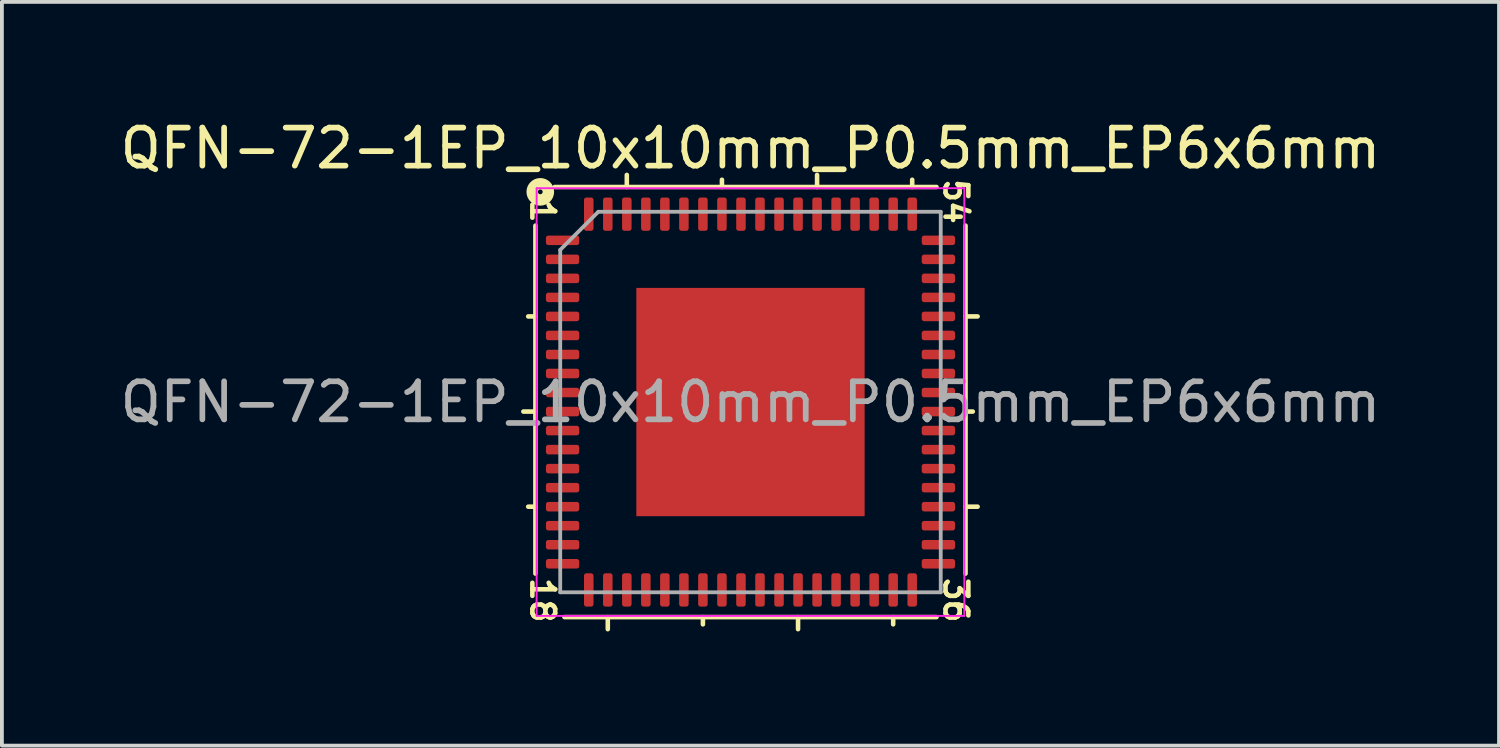
<source format=kicad_pcb>
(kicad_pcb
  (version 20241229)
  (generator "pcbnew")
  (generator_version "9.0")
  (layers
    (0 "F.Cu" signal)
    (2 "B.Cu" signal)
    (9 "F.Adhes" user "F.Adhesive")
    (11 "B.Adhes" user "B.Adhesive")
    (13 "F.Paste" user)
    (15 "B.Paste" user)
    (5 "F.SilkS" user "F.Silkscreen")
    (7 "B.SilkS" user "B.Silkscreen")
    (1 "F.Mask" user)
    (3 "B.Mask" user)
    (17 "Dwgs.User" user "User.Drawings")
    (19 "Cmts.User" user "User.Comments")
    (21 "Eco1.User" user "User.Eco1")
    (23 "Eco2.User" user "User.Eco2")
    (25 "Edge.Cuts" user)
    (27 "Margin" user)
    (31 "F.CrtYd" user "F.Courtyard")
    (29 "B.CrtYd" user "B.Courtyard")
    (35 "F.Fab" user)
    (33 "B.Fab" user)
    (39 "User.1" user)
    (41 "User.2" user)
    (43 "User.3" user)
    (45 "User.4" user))
  (footprint "QFN-72-1EP_10x10mm_P0.5mm_EP6x6mm"
    (layer "F.Cu")
    (at 16.673 7.516)
    (property "Reference" "QFN-72-1EP_10x10mm_P0.5mm_EP6x6mm" (at 0 -6.668 0) (layer "F.SilkS") (effects (font (size 1 1) (thickness 0.15))))
    (attr smd)
    (fp_line (start -5.652 -4.636) (end -5.652 4.508) (stroke (width 0.12) (type solid)) (layer "F.SilkS"))
    (fp_line (start -5.652 -2.25) (end -5.842 -2.25) (stroke (width 0.12) (type solid)) (layer "F.SilkS"))
    (fp_line (start -5.652 0.25) (end -5.969 0.25) (stroke (width 0.12) (type solid)) (layer "F.SilkS"))
    (fp_line (start -5.652 2.75) (end -5.842 2.75) (stroke (width 0.12) (type solid)) (layer "F.SilkS"))
    (fp_line (start -4.889 5.652) (end 4.889 5.652) (stroke (width 0.12) (type solid)) (layer "F.SilkS"))
    (fp_line (start -3.75 5.652) (end -3.75 5.969) (stroke (width 0.12) (type solid)) (layer "F.SilkS"))
    (fp_line (start -3.25 -5.652) (end -3.25 -5.969) (stroke (width 0.12) (type solid)) (layer "F.SilkS"))
    (fp_line (start -1.25 5.652) (end -1.25 5.842) (stroke (width 0.12) (type solid)) (layer "F.SilkS"))
    (fp_line (start -0.75 -5.652) (end -0.75 -5.842) (stroke (width 0.12) (type solid)) (layer "F.SilkS"))
    (fp_line (start 1.25 5.652) (end 1.25 5.969) (stroke (width 0.12) (type solid)) (layer "F.SilkS"))
    (fp_line (start 1.75 -5.652) (end 1.75 -5.969) (stroke (width 0.12) (type solid)) (layer "F.SilkS"))
    (fp_line (start 3.75 5.652) (end 3.75 5.842) (stroke (width 0.12) (type solid)) (layer "F.SilkS"))
    (fp_line (start 4.25 -5.652) (end 4.25 -5.842) (stroke (width 0.12) (type solid)) (layer "F.SilkS"))
    (fp_line (start 4.889 -5.652) (end -5.144 -5.652) (stroke (width 0.12) (type solid)) (layer "F.SilkS"))
    (fp_line (start 5.652 -2.25) (end 5.969 -2.25) (stroke (width 0.12) (type solid)) (layer "F.SilkS"))
    (fp_line (start 5.652 0.25) (end 5.842 0.25) (stroke (width 0.12) (type solid)) (layer "F.SilkS"))
    (fp_line (start 5.652 2.75) (end 5.969 2.75) (stroke (width 0.12) (type solid)) (layer "F.SilkS"))
    (fp_line (start 5.652 4.508) (end 5.652 -4.636) (stroke (width 0.12) (type solid)) (layer "F.SilkS"))
    (fp_circle (center -5.524 -5.524) (end -5.461 -5.524) (stroke (width 0.3) (type solid)) (fill no) (layer "F.SilkS"))
    (fp_line (start -5.62 -5.62) (end -5.62 5.62) (stroke (width 0.05) (type solid)) (layer "F.CrtYd"))
    (fp_line (start -5.62 5.62) (end 5.62 5.62) (stroke (width 0.05) (type solid)) (layer "F.CrtYd"))
    (fp_line (start 5.62 -5.62) (end -5.62 -5.62) (stroke (width 0.05) (type solid)) (layer "F.CrtYd"))
    (fp_line (start 5.62 5.62) (end 5.62 -5.62) (stroke (width 0.05) (type solid)) (layer "F.CrtYd"))
    (fp_line (start -5 -4) (end -4 -5) (stroke (width 0.1) (type solid)) (layer "F.Fab"))
    (fp_line (start -5 5) (end -5 -4) (stroke (width 0.1) (type solid)) (layer "F.Fab"))
    (fp_line (start -4 -5) (end 5 -5) (stroke (width 0.1) (type solid)) (layer "F.Fab"))
    (fp_line (start 5 -5) (end 5 5) (stroke (width 0.1) (type solid)) (layer "F.Fab"))
    (fp_line (start 5 5) (end -5 5) (stroke (width 0.1) (type solid)) (layer "F.Fab"))
    (fp_text user "36" (at 5.397 5.207 270) (unlocked yes) (layer "F.SilkS") (effects (font (size 0.6 0.6) (thickness 0.12))))
    (fp_text user "54" (at 5.397 -5.271 270) (unlocked yes) (layer "F.SilkS") (effects (font (size 0.6 0.6) (thickness 0.12))))
    (fp_text user "1" (at -5.461 -5.016 270) (unlocked yes) (layer "F.SilkS") (effects (font (size 0.6 0.6) (thickness 0.12))))
    (fp_text user "18" (at -5.461 5.207 270) (unlocked yes) (layer "F.SilkS") (effects (font (size 0.6 0.6) (thickness 0.12))))
    (fp_text user "${REFERENCE}" (at 0 0 0) (layer "F.Fab") (effects (font (size 1 1) (thickness 0.15))))
    (pad "" smd roundrect (at -2 -2) (size 1.61 1.61) (layers "F.Paste") (roundrect_rratio 0.155))
    (pad "" smd roundrect (at -2 0) (size 1.61 1.61) (layers "F.Paste") (roundrect_rratio 0.155))
    (pad "" smd roundrect (at -2 2) (size 1.61 1.61) (layers "F.Paste") (roundrect_rratio 0.155))
    (pad "" smd roundrect (at 0 -2) (size 1.61 1.61) (layers "F.Paste") (roundrect_rratio 0.155))
    (pad "" smd roundrect (at 0 0) (size 1.61 1.61) (layers "F.Paste") (roundrect_rratio 0.155))
    (pad "" smd roundrect (at 0 2) (size 1.61 1.61) (layers "F.Paste") (roundrect_rratio 0.155))
    (pad "" smd roundrect (at 2 -2) (size 1.61 1.61) (layers "F.Paste") (roundrect_rratio 0.155))
    (pad "" smd roundrect (at 2 0) (size 1.61 1.61) (layers "F.Paste") (roundrect_rratio 0.155))
    (pad "" smd roundrect (at 2 2) (size 1.61 1.61) (layers "F.Paste") (roundrect_rratio 0.155))
    (pad "1" smd roundrect (at -4.938 -4.25) (size 0.875 0.25) (layers "F.Cu" "F.Mask" "F.Paste") (roundrect_rratio 0.25))
    (pad "2" smd roundrect (at -4.938 -3.75) (size 0.875 0.25) (layers "F.Cu" "F.Mask" "F.Paste") (roundrect_rratio 0.25))
    (pad "3" smd roundrect (at -4.938 -3.25) (size 0.875 0.25) (layers "F.Cu" "F.Mask" "F.Paste") (roundrect_rratio 0.25))
    (pad "4" smd roundrect (at -4.938 -2.75) (size 0.875 0.25) (layers "F.Cu" "F.Mask" "F.Paste") (roundrect_rratio 0.25))
    (pad "5" smd roundrect (at -4.938 -2.25) (size 0.875 0.25) (layers "F.Cu" "F.Mask" "F.Paste") (roundrect_rratio 0.25))
    (pad "6" smd roundrect (at -4.938 -1.75) (size 0.875 0.25) (layers "F.Cu" "F.Mask" "F.Paste") (roundrect_rratio 0.25))
    (pad "7" smd roundrect (at -4.938 -1.25) (size 0.875 0.25) (layers "F.Cu" "F.Mask" "F.Paste") (roundrect_rratio 0.25))
    (pad "8" smd roundrect (at -4.938 -0.75) (size 0.875 0.25) (layers "F.Cu" "F.Mask" "F.Paste") (roundrect_rratio 0.25))
    (pad "9" smd roundrect (at -4.938 -0.25) (size 0.875 0.25) (layers "F.Cu" "F.Mask" "F.Paste") (roundrect_rratio 0.25))
    (pad "10" smd roundrect (at -4.938 0.25) (size 0.875 0.25) (layers "F.Cu" "F.Mask" "F.Paste") (roundrect_rratio 0.25))
    (pad "11" smd roundrect (at -4.938 0.75) (size 0.875 0.25) (layers "F.Cu" "F.Mask" "F.Paste") (roundrect_rratio 0.25))
    (pad "12" smd roundrect (at -4.938 1.25) (size 0.875 0.25) (layers "F.Cu" "F.Mask" "F.Paste") (roundrect_rratio 0.25))
    (pad "13" smd roundrect (at -4.938 1.75) (size 0.875 0.25) (layers "F.Cu" "F.Mask" "F.Paste") (roundrect_rratio 0.25))
    (pad "14" smd roundrect (at -4.938 2.25) (size 0.875 0.25) (layers "F.Cu" "F.Mask" "F.Paste") (roundrect_rratio 0.25))
    (pad "15" smd roundrect (at -4.938 2.75) (size 0.875 0.25) (layers "F.Cu" "F.Mask" "F.Paste") (roundrect_rratio 0.25))
    (pad "16" smd roundrect (at -4.938 3.25) (size 0.875 0.25) (layers "F.Cu" "F.Mask" "F.Paste") (roundrect_rratio 0.25))
    (pad "17" smd roundrect (at -4.938 3.75) (size 0.875 0.25) (layers "F.Cu" "F.Mask" "F.Paste") (roundrect_rratio 0.25))
    (pad "18" smd roundrect (at -4.938 4.25) (size 0.875 0.25) (layers "F.Cu" "F.Mask" "F.Paste") (roundrect_rratio 0.25))
    (pad "19" smd roundrect (at -4.25 4.938) (size 0.25 0.875) (layers "F.Cu" "F.Mask" "F.Paste") (roundrect_rratio 0.25))
    (pad "20" smd roundrect (at -3.75 4.938) (size 0.25 0.875) (layers "F.Cu" "F.Mask" "F.Paste") (roundrect_rratio 0.25))
    (pad "21" smd roundrect (at -3.25 4.938) (size 0.25 0.875) (layers "F.Cu" "F.Mask" "F.Paste") (roundrect_rratio 0.25))
    (pad "22" smd roundrect (at -2.75 4.938) (size 0.25 0.875) (layers "F.Cu" "F.Mask" "F.Paste") (roundrect_rratio 0.25))
    (pad "23" smd roundrect (at -2.25 4.938) (size 0.25 0.875) (layers "F.Cu" "F.Mask" "F.Paste") (roundrect_rratio 0.25))
    (pad "24" smd roundrect (at -1.75 4.938) (size 0.25 0.875) (layers "F.Cu" "F.Mask" "F.Paste") (roundrect_rratio 0.25))
    (pad "25" smd roundrect (at -1.25 4.938) (size 0.25 0.875) (layers "F.Cu" "F.Mask" "F.Paste") (roundrect_rratio 0.25))
    (pad "26" smd roundrect (at -0.75 4.938) (size 0.25 0.875) (layers "F.Cu" "F.Mask" "F.Paste") (roundrect_rratio 0.25))
    (pad "27" smd roundrect (at -0.25 4.938) (size 0.25 0.875) (layers "F.Cu" "F.Mask" "F.Paste") (roundrect_rratio 0.25))
    (pad "28" smd roundrect (at 0.25 4.938) (size 0.25 0.875) (layers "F.Cu" "F.Mask" "F.Paste") (roundrect_rratio 0.25))
    (pad "29" smd roundrect (at 0.75 4.938) (size 0.25 0.875) (layers "F.Cu" "F.Mask" "F.Paste") (roundrect_rratio 0.25))
    (pad "30" smd roundrect (at 1.25 4.938) (size 0.25 0.875) (layers "F.Cu" "F.Mask" "F.Paste") (roundrect_rratio 0.25))
    (pad "31" smd roundrect (at 1.75 4.938) (size 0.25 0.875) (layers "F.Cu" "F.Mask" "F.Paste") (roundrect_rratio 0.25))
    (pad "32" smd roundrect (at 2.25 4.938) (size 0.25 0.875) (layers "F.Cu" "F.Mask" "F.Paste") (roundrect_rratio 0.25))
    (pad "33" smd roundrect (at 2.75 4.938) (size 0.25 0.875) (layers "F.Cu" "F.Mask" "F.Paste") (roundrect_rratio 0.25))
    (pad "34" smd roundrect (at 3.25 4.938) (size 0.25 0.875) (layers "F.Cu" "F.Mask" "F.Paste") (roundrect_rratio 0.25))
    (pad "35" smd roundrect (at 3.75 4.938) (size 0.25 0.875) (layers "F.Cu" "F.Mask" "F.Paste") (roundrect_rratio 0.25))
    (pad "36" smd roundrect (at 4.25 4.938) (size 0.25 0.875) (layers "F.Cu" "F.Mask" "F.Paste") (roundrect_rratio 0.25))
    (pad "37" smd roundrect (at 4.938 4.25) (size 0.875 0.25) (layers "F.Cu" "F.Mask" "F.Paste") (roundrect_rratio 0.25))
    (pad "38" smd roundrect (at 4.938 3.75) (size 0.875 0.25) (layers "F.Cu" "F.Mask" "F.Paste") (roundrect_rratio 0.25))
    (pad "39" smd roundrect (at 4.938 3.25) (size 0.875 0.25) (layers "F.Cu" "F.Mask" "F.Paste") (roundrect_rratio 0.25))
    (pad "40" smd roundrect (at 4.938 2.75) (size 0.875 0.25) (layers "F.Cu" "F.Mask" "F.Paste") (roundrect_rratio 0.25))
    (pad "41" smd roundrect (at 4.938 2.25) (size 0.875 0.25) (layers "F.Cu" "F.Mask" "F.Paste") (roundrect_rratio 0.25))
    (pad "42" smd roundrect (at 4.938 1.75) (size 0.875 0.25) (layers "F.Cu" "F.Mask" "F.Paste") (roundrect_rratio 0.25))
    (pad "43" smd roundrect (at 4.938 1.25) (size 0.875 0.25) (layers "F.Cu" "F.Mask" "F.Paste") (roundrect_rratio 0.25))
    (pad "44" smd roundrect (at 4.938 0.75) (size 0.875 0.25) (layers "F.Cu" "F.Mask" "F.Paste") (roundrect_rratio 0.25))
    (pad "45" smd roundrect (at 4.938 0.25) (size 0.875 0.25) (layers "F.Cu" "F.Mask" "F.Paste") (roundrect_rratio 0.25))
    (pad "46" smd roundrect (at 4.938 -0.25) (size 0.875 0.25) (layers "F.Cu" "F.Mask" "F.Paste") (roundrect_rratio 0.25))
    (pad "47" smd roundrect (at 4.938 -0.75) (size 0.875 0.25) (layers "F.Cu" "F.Mask" "F.Paste") (roundrect_rratio 0.25))
    (pad "48" smd roundrect (at 4.938 -1.25) (size 0.875 0.25) (layers "F.Cu" "F.Mask" "F.Paste") (roundrect_rratio 0.25))
    (pad "49" smd roundrect (at 4.938 -1.75) (size 0.875 0.25) (layers "F.Cu" "F.Mask" "F.Paste") (roundrect_rratio 0.25))
    (pad "50" smd roundrect (at 4.938 -2.25) (size 0.875 0.25) (layers "F.Cu" "F.Mask" "F.Paste") (roundrect_rratio 0.25))
    (pad "51" smd roundrect (at 4.938 -2.75) (size 0.875 0.25) (layers "F.Cu" "F.Mask" "F.Paste") (roundrect_rratio 0.25))
    (pad "52" smd roundrect (at 4.938 -3.25) (size 0.875 0.25) (layers "F.Cu" "F.Mask" "F.Paste") (roundrect_rratio 0.25))
    (pad "53" smd roundrect (at 4.938 -3.75) (size 0.875 0.25) (layers "F.Cu" "F.Mask" "F.Paste") (roundrect_rratio 0.25))
    (pad "54" smd roundrect (at 4.938 -4.25) (size 0.875 0.25) (layers "F.Cu" "F.Mask" "F.Paste") (roundrect_rratio 0.25))
    (pad "55" smd roundrect (at 4.25 -4.938) (size 0.25 0.875) (layers "F.Cu" "F.Mask" "F.Paste") (roundrect_rratio 0.25))
    (pad "56" smd roundrect (at 3.75 -4.938) (size 0.25 0.875) (layers "F.Cu" "F.Mask" "F.Paste") (roundrect_rratio 0.25))
    (pad "57" smd roundrect (at 3.25 -4.938) (size 0.25 0.875) (layers "F.Cu" "F.Mask" "F.Paste") (roundrect_rratio 0.25))
    (pad "58" smd roundrect (at 2.75 -4.938) (size 0.25 0.875) (layers "F.Cu" "F.Mask" "F.Paste") (roundrect_rratio 0.25))
    (pad "59" smd roundrect (at 2.25 -4.938) (size 0.25 0.875) (layers "F.Cu" "F.Mask" "F.Paste") (roundrect_rratio 0.25))
    (pad "60" smd roundrect (at 1.75 -4.938) (size 0.25 0.875) (layers "F.Cu" "F.Mask" "F.Paste") (roundrect_rratio 0.25))
    (pad "61" smd roundrect (at 1.25 -4.938) (size 0.25 0.875) (layers "F.Cu" "F.Mask" "F.Paste") (roundrect_rratio 0.25))
    (pad "62" smd roundrect (at 0.75 -4.938) (size 0.25 0.875) (layers "F.Cu" "F.Mask" "F.Paste") (roundrect_rratio 0.25))
    (pad "63" smd roundrect (at 0.25 -4.938) (size 0.25 0.875) (layers "F.Cu" "F.Mask" "F.Paste") (roundrect_rratio 0.25))
    (pad "64" smd roundrect (at -0.25 -4.938) (size 0.25 0.875) (layers "F.Cu" "F.Mask" "F.Paste") (roundrect_rratio 0.25))
    (pad "65" smd roundrect (at -0.75 -4.938) (size 0.25 0.875) (layers "F.Cu" "F.Mask" "F.Paste") (roundrect_rratio 0.25))
    (pad "66" smd roundrect (at -1.25 -4.938) (size 0.25 0.875) (layers "F.Cu" "F.Mask" "F.Paste") (roundrect_rratio 0.25))
    (pad "67" smd roundrect (at -1.75 -4.938) (size 0.25 0.875) (layers "F.Cu" "F.Mask" "F.Paste") (roundrect_rratio 0.25))
    (pad "68" smd roundrect (at -2.25 -4.938) (size 0.25 0.875) (layers "F.Cu" "F.Mask" "F.Paste") (roundrect_rratio 0.25))
    (pad "69" smd roundrect (at -2.75 -4.938) (size 0.25 0.875) (layers "F.Cu" "F.Mask" "F.Paste") (roundrect_rratio 0.25))
    (pad "70" smd roundrect (at -3.25 -4.938) (size 0.25 0.875) (layers "F.Cu" "F.Mask" "F.Paste") (roundrect_rratio 0.25))
    (pad "71" smd roundrect (at -3.75 -4.938) (size 0.25 0.875) (layers "F.Cu" "F.Mask" "F.Paste") (roundrect_rratio 0.25))
    (pad "72" smd roundrect (at -4.25 -4.938) (size 0.25 0.875) (layers "F.Cu" "F.Mask" "F.Paste") (roundrect_rratio 0.25))
    (pad "73" smd rect (at 0 0) (size 6 6) (layers "F.Cu" "F.Mask")))
  (gr_rect
    (start -3 -3)
    (end 36.345 16.545)
    (stroke (width 0.1) (type default))
    (fill no)
    (layer "Edge.Cuts")))
</source>
